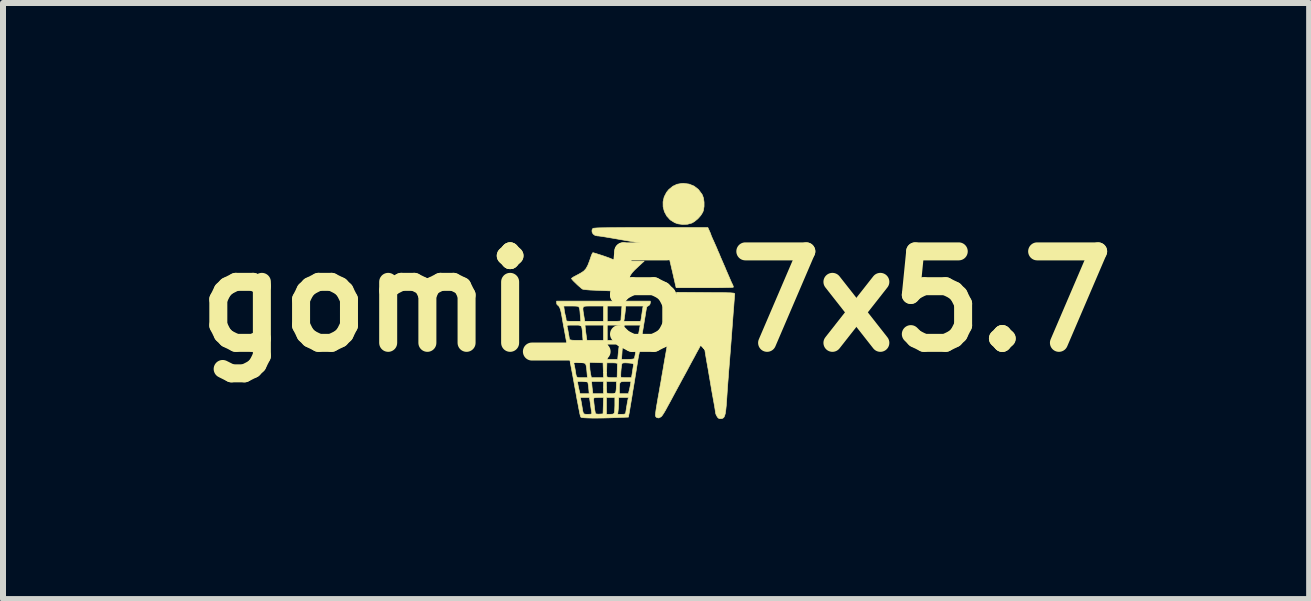
<source format=kicad_pcb>
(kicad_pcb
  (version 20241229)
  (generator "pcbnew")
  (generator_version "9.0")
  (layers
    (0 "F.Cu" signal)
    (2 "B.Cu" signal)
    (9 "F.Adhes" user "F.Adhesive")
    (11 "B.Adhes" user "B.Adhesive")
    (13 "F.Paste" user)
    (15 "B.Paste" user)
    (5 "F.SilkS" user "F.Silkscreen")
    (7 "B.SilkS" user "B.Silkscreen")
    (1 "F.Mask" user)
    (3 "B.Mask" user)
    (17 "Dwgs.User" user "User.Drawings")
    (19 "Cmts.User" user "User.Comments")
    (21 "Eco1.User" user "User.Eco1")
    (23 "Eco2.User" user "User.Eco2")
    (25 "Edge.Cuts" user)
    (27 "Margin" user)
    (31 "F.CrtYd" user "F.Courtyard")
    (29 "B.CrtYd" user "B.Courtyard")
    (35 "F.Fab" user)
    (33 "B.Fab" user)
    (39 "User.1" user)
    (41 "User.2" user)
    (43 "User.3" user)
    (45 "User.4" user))
  (footprint "gomi_5.7x5.7"
    (layer "F.Cu")
    (at 7.881 1.973)
    (property "Reference" "gomi_5.7x5.7" (at 0 0 0) (layer "F.SilkS") (effects (font (size 1.524 1.524) (thickness 0.3))))
    (attr through_hole)
    (fp_poly (pts (xy 0.551 -1.956) (xy 0.634 -1.922) (xy 0.706 -1.866) (xy 0.764 -1.788) (xy 0.773 -1.772) (xy 0.791 -1.72) (xy 0.8 -1.654) (xy 0.8 -1.584) (xy 0.79 -1.52) (xy 0.779 -1.488) (xy 0.745 -1.433) (xy 0.696 -1.378) (xy 0.64 -1.332) (xy 0.598 -1.307) (xy 0.526 -1.287) (xy 0.444 -1.283) (xy 0.363 -1.294) (xy 0.311 -1.313) (xy 0.236 -1.36) (xy 0.179 -1.423) (xy 0.139 -1.497) (xy 0.118 -1.578) (xy 0.117 -1.661) (xy 0.136 -1.743) (xy 0.176 -1.82) (xy 0.213 -1.865) (xy 0.28 -1.92) (xy 0.35 -1.953) (xy 0.43 -1.967) (xy 0.457 -1.968) (xy 0.551 -1.956)) (stroke (width 0.01) (type solid)) (fill yes) (layer "F.SilkS"))
    (fp_poly (pts (xy -1.035 -0.809) (xy -1 -0.799) (xy -0.954 -0.784) (xy -0.903 -0.768) (xy -0.853 -0.751) (xy -0.811 -0.736) (xy -0.783 -0.726) (xy -0.781 -0.725) (xy -0.735 -0.706) (xy -0.69 -0.692) (xy -0.639 -0.683) (xy -0.579 -0.677) (xy -0.504 -0.674) (xy -0.414 -0.673) (xy -0.197 -0.673) (xy -0.302 -0.576) (xy -0.356 -0.525) (xy -0.395 -0.483) (xy -0.424 -0.443) (xy -0.448 -0.398) (xy -0.47 -0.342) (xy -0.477 -0.322) (xy -0.503 -0.251) (xy -0.524 -0.202) (xy -0.54 -0.172) (xy -0.552 -0.161) (xy -0.572 -0.161) (xy -0.606 -0.164) (xy -0.622 -0.167) (xy -0.653 -0.17) (xy -0.703 -0.173) (xy -0.77 -0.177) (xy -0.846 -0.18) (xy -0.929 -0.183) (xy -0.938 -0.183) (xy -1.022 -0.187) (xy -1.096 -0.19) (xy -1.157 -0.195) (xy -1.201 -0.2) (xy -1.223 -0.205) (xy -1.224 -0.205) (xy -1.244 -0.219) (xy -1.274 -0.245) (xy -1.31 -0.277) (xy -1.346 -0.312) (xy -1.379 -0.344) (xy -1.401 -0.37) (xy -1.41 -0.382) (xy -1.399 -0.392) (xy -1.373 -0.41) (xy -1.344 -0.425) (xy -1.291 -0.453) (xy -1.255 -0.473) (xy -1.231 -0.488) (xy -1.212 -0.501) (xy -1.196 -0.514) (xy -1.165 -0.55) (xy -1.136 -0.604) (xy -1.107 -0.679) (xy -1.092 -0.724) (xy -1.077 -0.767) (xy -1.063 -0.799) (xy -1.053 -0.813) (xy -1.052 -0.813) (xy -1.035 -0.809)) (stroke (width 0.01) (type solid)) (fill yes) (layer "F.SilkS"))
    (fp_poly (pts (xy 0.889 -1.175) (xy 0.904 -1.141) (xy 0.913 -1.118) (xy 0.914 -1.113) (xy 0.919 -1.099) (xy 0.932 -1.068) (xy 0.95 -1.027) (xy 0.954 -1.02) (xy 0.976 -0.97) (xy 0.997 -0.923) (xy 1.012 -0.889) (xy 1.027 -0.852) (xy 1.04 -0.822) (xy 1.042 -0.819) (xy 1.053 -0.793) (xy 1.069 -0.754) (xy 1.079 -0.73) (xy 1.097 -0.689) (xy 1.112 -0.654) (xy 1.118 -0.641) (xy 1.129 -0.615) (xy 1.146 -0.577) (xy 1.156 -0.552) (xy 1.173 -0.511) (xy 1.188 -0.477) (xy 1.194 -0.464) (xy 1.205 -0.437) (xy 1.222 -0.399) (xy 1.232 -0.375) (xy 1.251 -0.331) (xy 1.269 -0.293) (xy 1.277 -0.278) (xy 1.287 -0.252) (xy 1.287 -0.237) (xy 1.272 -0.235) (xy 1.236 -0.233) (xy 1.179 -0.232) (xy 1.106 -0.23) (xy 1.019 -0.229) (xy 0.921 -0.229) (xy 0.814 -0.229) (xy 0.807 -0.229) (xy 0.335 -0.229) (xy 0.319 -0.295) (xy 0.308 -0.346) (xy 0.294 -0.405) (xy 0.285 -0.445) (xy 0.275 -0.49) (xy 0.26 -0.552) (xy 0.244 -0.622) (xy 0.228 -0.689) (xy 0.214 -0.752) (xy 0.202 -0.807) (xy 0.194 -0.849) (xy 0.191 -0.873) (xy 0.191 -0.874) (xy 0.186 -0.887) (xy 0.168 -0.897) (xy 0.133 -0.906) (xy 0.098 -0.912) (xy 0.039 -0.922) (xy -0.031 -0.935) (xy -0.097 -0.946) (xy -0.102 -0.947) (xy -0.162 -0.958) (xy -0.223 -0.968) (xy -0.273 -0.976) (xy -0.279 -0.977) (xy -0.321 -0.984) (xy -0.379 -0.994) (xy -0.445 -1.006) (xy -0.495 -1.014) (xy -0.614 -1.035) (xy -0.711 -1.052) (xy -0.788 -1.065) (xy -0.847 -1.075) (xy -0.892 -1.082) (xy -0.925 -1.087) (xy -0.948 -1.09) (xy -0.964 -1.092) (xy -0.976 -1.092) (xy -0.976 -1.092) (xy -1.017 -1.101) (xy -1.049 -1.125) (xy -1.066 -1.157) (xy -1.067 -1.191) (xy -1.052 -1.217) (xy -1.042 -1.22) (xy -1.021 -1.222) (xy -0.985 -1.225) (xy -0.934 -1.227) (xy -0.866 -1.228) (xy -0.78 -1.229) (xy -0.675 -1.23) (xy -0.55 -1.231) (xy -0.403 -1.232) (xy -0.232 -1.232) (xy -0.087 -1.232) (xy 0.863 -1.232) (xy 0.889 -1.175)) (stroke (width 0.01) (type solid)) (fill yes) (layer "F.SilkS"))
    (fp_poly (pts (xy 0.829 -0.149) (xy 0.953 -0.148) (xy 1.053 -0.148) (xy 1.133 -0.147) (xy 1.195 -0.145) (xy 1.241 -0.144) (xy 1.273 -0.141) (xy 1.293 -0.139) (xy 1.305 -0.135) (xy 1.31 -0.13) (xy 1.312 -0.124) (xy 1.311 -0.121) (xy 1.309 -0.101) (xy 1.306 -0.06) (xy 1.301 -0.002) (xy 1.296 0.069) (xy 1.29 0.148) (xy 1.288 0.165) (xy 1.272 0.38) (xy 1.255 0.608) (xy 1.236 0.852) (xy 1.215 1.117) (xy 1.212 1.149) (xy 1.205 1.249) (xy 1.196 1.361) (xy 1.188 1.475) (xy 1.181 1.58) (xy 1.177 1.638) (xy 1.17 1.736) (xy 1.162 1.811) (xy 1.154 1.866) (xy 1.143 1.905) (xy 1.13 1.931) (xy 1.113 1.945) (xy 1.092 1.952) (xy 1.083 1.953) (xy 1.053 1.952) (xy 1.032 1.938) (xy 1.016 1.915) (xy 0.999 1.882) (xy 0.991 1.855) (xy 0.991 1.851) (xy 0.988 1.829) (xy 0.982 1.789) (xy 0.974 1.74) (xy 0.971 1.724) (xy 0.933 1.514) (xy 0.9 1.319) (xy 0.896 1.295) (xy 0.885 1.232) (xy 0.874 1.167) (xy 0.865 1.113) (xy 0.862 1.099) (xy 0.84 0.974) (xy 0.823 0.873) (xy 0.811 0.795) (xy 0.804 0.74) (xy 0.796 0.696) (xy 0.784 0.676) (xy 0.769 0.68) (xy 0.753 0.708) (xy 0.739 0.737) (xy 0.717 0.779) (xy 0.695 0.819) (xy 0.67 0.864) (xy 0.639 0.923) (xy 0.605 0.985) (xy 0.588 1.016) (xy 0.55 1.087) (xy 0.515 1.153) (xy 0.477 1.223) (xy 0.433 1.303) (xy 0.403 1.359) (xy 0.358 1.442) (xy 0.302 1.546) (xy 0.235 1.671) (xy 0.191 1.751) (xy 0.158 1.812) (xy 0.132 1.856) (xy 0.112 1.887) (xy 0.097 1.908) (xy 0.084 1.921) (xy 0.047 1.941) (xy 0.015 1.936) (xy -0.001 1.923) (xy -0.005 1.917) (xy -0.008 1.909) (xy -0.01 1.897) (xy -0.009 1.878) (xy -0.006 1.85) (xy -0.001 1.811) (xy 0.007 1.758) (xy 0.019 1.689) (xy 0.034 1.601) (xy 0.054 1.492) (xy 0.069 1.403) (xy 0.081 1.34) (xy 0.093 1.266) (xy 0.105 1.196) (xy 0.107 1.187) (xy 0.116 1.135) (xy 0.125 1.082) (xy 0.135 1.023) (xy 0.147 0.954) (xy 0.162 0.87) (xy 0.18 0.767) (xy 0.185 0.743) (xy 0.207 0.615) (xy 0.231 0.476) (xy 0.258 0.319) (xy 0.259 0.311) (xy 0.271 0.242) (xy 0.284 0.165) (xy 0.296 0.096) (xy 0.297 0.089) (xy 0.306 0.035) (xy 0.315 -0.014) (xy 0.322 -0.048) (xy 0.323 -0.054) (xy 0.331 -0.093) (xy 0.337 -0.121) (xy 0.343 -0.153) (xy 0.829 -0.149)) (stroke (width 0.01) (type solid)) (fill yes) (layer "F.SilkS"))
    (fp_poly (pts (xy -0.095 0.024) (xy -0.105 0.054) (xy -0.121 0.068) (xy -0.143 0.081) (xy -0.152 0.086) (xy -0.156 0.099) (xy -0.163 0.13) (xy -0.166 0.149) (xy -0.173 0.191) (xy -0.182 0.249) (xy -0.195 0.326) (xy -0.211 0.425) (xy -0.231 0.546) (xy -0.236 0.572) (xy -0.246 0.636) (xy -0.257 0.705) (xy -0.266 0.764) (xy -0.266 0.768) (xy -0.274 0.818) (xy -0.281 0.862) (xy -0.287 0.889) (xy -0.292 0.915) (xy -0.3 0.959) (xy -0.309 1.013) (xy -0.313 1.041) (xy -0.324 1.11) (xy -0.336 1.184) (xy -0.347 1.25) (xy -0.349 1.264) (xy -0.359 1.326) (xy -0.371 1.399) (xy -0.383 1.47) (xy -0.386 1.486) (xy -0.4 1.576) (xy -0.415 1.665) (xy -0.429 1.747) (xy -0.44 1.816) (xy -0.449 1.867) (xy -0.452 1.881) (xy -0.46 1.927) (xy -0.651 1.935) (xy -0.766 1.939) (xy -0.876 1.942) (xy -0.977 1.943) (xy -1.066 1.943) (xy -1.141 1.941) (xy -1.199 1.938) (xy -1.237 1.934) (xy -1.252 1.928) (xy -1.256 1.921) (xy -1.26 1.91) (xy -1.265 1.892) (xy -1.271 1.865) (xy -1.278 1.828) (xy -1.288 1.779) (xy -1.3 1.714) (xy -1.316 1.633) (xy -1.322 1.6) (xy -1.26 1.6) (xy -1.254 1.635) (xy -1.248 1.665) (xy -1.24 1.711) (xy -1.232 1.759) (xy -1.223 1.815) (xy -1.215 1.85) (xy -1.204 1.869) (xy -1.187 1.878) (xy -1.16 1.88) (xy -1.137 1.88) (xy -1.097 1.879) (xy -1.077 1.875) (xy -1.07 1.865) (xy -1.072 1.851) (xy -1.076 1.826) (xy -1.083 1.783) (xy -1.09 1.731) (xy -1.093 1.711) (xy -1.107 1.616) (xy -1.041 1.616) (xy -1.039 1.648) (xy -1.035 1.692) (xy -1.029 1.743) (xy -1.023 1.792) (xy -1.016 1.834) (xy -1.011 1.861) (xy -1.009 1.867) (xy -0.993 1.875) (xy -0.96 1.878) (xy -0.942 1.877) (xy -0.883 1.873) (xy -0.879 1.737) (xy -0.875 1.6) (xy -0.826 1.6) (xy -0.826 1.88) (xy -0.763 1.88) (xy -0.639 1.88) (xy -0.574 1.88) (xy -0.536 1.879) (xy -0.516 1.873) (xy -0.507 1.859) (xy -0.503 1.838) (xy -0.493 1.774) (xy -0.485 1.727) (xy -0.479 1.69) (xy -0.472 1.654) (xy -0.461 1.6) (xy -0.622 1.6) (xy -0.622 1.662) (xy -0.624 1.71) (xy -0.627 1.768) (xy -0.63 1.802) (xy -0.639 1.88) (xy -0.763 1.88) (xy -0.725 1.878) (xy -0.705 1.871) (xy -0.695 1.856) (xy -0.694 1.851) (xy -0.69 1.826) (xy -0.688 1.782) (xy -0.686 1.73) (xy -0.686 1.711) (xy -0.686 1.6) (xy -0.826 1.6) (xy -0.875 1.6) (xy -0.958 1.6) (xy -1.008 1.602) (xy -1.035 1.608) (xy -1.041 1.616) (xy -1.107 1.616) (xy -1.109 1.6) (xy -1.26 1.6) (xy -1.322 1.6) (xy -1.334 1.532) (xy -1.356 1.411) (xy -1.37 1.333) (xy -1.309 1.333) (xy -1.302 1.381) (xy -1.293 1.426) (xy -1.282 1.475) (xy -1.28 1.483) (xy -1.267 1.537) (xy -1.114 1.537) (xy -1.122 1.446) (xy -1.127 1.4) (xy -1.133 1.364) (xy -1.137 1.345) (xy -1.138 1.345) (xy -1.153 1.339) (xy -1.186 1.335) (xy -1.227 1.333) (xy -1.074 1.333) (xy -1.07 1.381) (xy -1.066 1.427) (xy -1.06 1.476) (xy -1.059 1.483) (xy -1.053 1.537) (xy -0.876 1.537) (xy -0.876 1.333) (xy -0.826 1.333) (xy -0.826 1.427) (xy -0.824 1.473) (xy -0.822 1.509) (xy -0.818 1.528) (xy -0.817 1.528) (xy -0.8 1.533) (xy -0.767 1.536) (xy -0.742 1.537) (xy -0.704 1.536) (xy -0.683 1.53) (xy -0.673 1.517) (xy -0.668 1.497) (xy -0.663 1.459) (xy -0.663 1.455) (xy -0.61 1.455) (xy -0.61 1.537) (xy -0.461 1.537) (xy -0.447 1.483) (xy -0.436 1.435) (xy -0.427 1.388) (xy -0.426 1.381) (xy -0.418 1.333) (xy -0.506 1.333) (xy -0.554 1.334) (xy -0.584 1.34) (xy -0.601 1.356) (xy -0.608 1.386) (xy -0.61 1.435) (xy -0.61 1.455) (xy -0.663 1.455) (xy -0.661 1.412) (xy -0.66 1.395) (xy -0.66 1.333) (xy -0.826 1.333) (xy -0.876 1.333) (xy -1.074 1.333) (xy -1.227 1.333) (xy -1.309 1.333) (xy -1.37 1.333) (xy -1.378 1.289) (xy -1.39 1.224) (xy -1.403 1.155) (xy -1.414 1.095) (xy -1.416 1.086) (xy -1.426 1.032) (xy -1.369 1.032) (xy -1.366 1.044) (xy -1.359 1.072) (xy -1.351 1.115) (xy -1.344 1.156) (xy -1.336 1.21) (xy -1.328 1.243) (xy -1.315 1.261) (xy -1.294 1.269) (xy -1.258 1.27) (xy -1.232 1.27) (xy -1.143 1.27) (xy -1.151 1.178) (xy -1.157 1.113) (xy -1.163 1.078) (xy -1.105 1.078) (xy -1.102 1.132) (xy -1.094 1.189) (xy -1.091 1.206) (xy -1.077 1.27) (xy -0.875 1.27) (xy -0.878 1.182) (xy -0.823 1.182) (xy -0.822 1.224) (xy -0.82 1.25) (xy -0.819 1.254) (xy -0.802 1.264) (xy -0.761 1.269) (xy -0.731 1.27) (xy -0.648 1.27) (xy -0.647 1.218) (xy -0.588 1.218) (xy -0.588 1.251) (xy -0.585 1.265) (xy -0.571 1.267) (xy -0.538 1.269) (xy -0.494 1.27) (xy -0.409 1.27) (xy -0.394 1.178) (xy -0.387 1.129) (xy -0.38 1.086) (xy -0.376 1.06) (xy -0.376 1.059) (xy -0.376 1.045) (xy -0.385 1.036) (xy -0.408 1.03) (xy -0.45 1.026) (xy -0.462 1.025) (xy -0.514 1.022) (xy -0.55 1.025) (xy -0.565 1.03) (xy -0.571 1.046) (xy -0.576 1.081) (xy -0.582 1.126) (xy -0.586 1.174) (xy -0.588 1.218) (xy -0.647 1.218) (xy -0.646 1.162) (xy -0.645 1.111) (xy -0.644 1.068) (xy -0.643 1.042) (xy -0.643 1.038) (xy -0.651 1.029) (xy -0.679 1.024) (xy -0.73 1.022) (xy -0.819 1.022) (xy -0.822 1.13) (xy -0.823 1.182) (xy -0.878 1.182) (xy -0.879 1.146) (xy -0.883 1.022) (xy -0.994 1.019) (xy -1.105 1.015) (xy -1.105 1.078) (xy -1.163 1.078) (xy -1.164 1.069) (xy -1.174 1.042) (xy -1.191 1.028) (xy -1.219 1.022) (xy -1.26 1.019) (xy -1.276 1.019) (xy -1.325 1.017) (xy -1.354 1.018) (xy -1.367 1.022) (xy -1.369 1.032) (xy -1.426 1.032) (xy -1.426 1.028) (xy -1.439 0.96) (xy -1.451 0.894) (xy -1.452 0.889) (xy -1.464 0.82) (xy -1.479 0.743) (xy -1.485 0.711) (xy -1.424 0.711) (xy -1.416 0.759) (xy -1.409 0.799) (xy -1.399 0.849) (xy -1.389 0.898) (xy -1.38 0.937) (xy -1.377 0.949) (xy -1.363 0.959) (xy -1.328 0.964) (xy -1.275 0.965) (xy -1.178 0.965) (xy -1.187 0.879) (xy -1.192 0.828) (xy -1.198 0.781) (xy -1.202 0.752) (xy -1.209 0.711) (xy -1.143 0.711) (xy -1.143 0.757) (xy -1.141 0.795) (xy -1.134 0.845) (xy -1.128 0.885) (xy -1.113 0.966) (xy -0.883 0.959) (xy -0.879 0.835) (xy -0.875 0.711) (xy -0.813 0.711) (xy -0.813 0.965) (xy -0.639 0.965) (xy -0.575 0.965) (xy -0.471 0.965) (xy -0.412 0.963) (xy -0.376 0.958) (xy -0.362 0.949) (xy -0.356 0.927) (xy -0.348 0.89) (xy -0.34 0.844) (xy -0.333 0.797) (xy -0.327 0.755) (xy -0.323 0.725) (xy -0.323 0.714) (xy -0.337 0.711) (xy -0.371 0.709) (xy -0.417 0.707) (xy -0.437 0.707) (xy -0.494 0.707) (xy -0.529 0.71) (xy -0.548 0.717) (xy -0.553 0.722) (xy -0.556 0.742) (xy -0.561 0.781) (xy -0.566 0.831) (xy -0.567 0.853) (xy -0.575 0.965) (xy -0.639 0.965) (xy -0.63 0.867) (xy -0.625 0.815) (xy -0.619 0.771) (xy -0.614 0.742) (xy -0.614 0.74) (xy -0.612 0.726) (xy -0.616 0.717) (xy -0.633 0.713) (xy -0.667 0.711) (xy -0.71 0.711) (xy -0.813 0.711) (xy -0.875 0.711) (xy -1.143 0.711) (xy -1.209 0.711) (xy -1.424 0.711) (xy -1.485 0.711) (xy -1.492 0.674) (xy -1.492 0.673) (xy -1.516 0.54) (xy -1.536 0.431) (xy -1.541 0.406) (xy -1.483 0.406) (xy -1.482 0.418) (xy -1.48 0.422) (xy -1.474 0.45) (xy -1.466 0.492) (xy -1.459 0.533) (xy -1.451 0.578) (xy -1.445 0.614) (xy -1.441 0.632) (xy -1.428 0.64) (xy -1.395 0.646) (xy -1.338 0.648) (xy -1.326 0.648) (xy -1.217 0.648) (xy -1.225 0.543) (xy -1.23 0.48) (xy -1.236 0.437) (xy -1.246 0.412) (xy -1.265 0.399) (xy -1.296 0.394) (xy -1.333 0.394) (xy -1.184 0.394) (xy -1.177 0.46) (xy -1.171 0.514) (xy -1.163 0.57) (xy -1.161 0.587) (xy -1.152 0.648) (xy -0.876 0.648) (xy -0.876 0.394) (xy -0.813 0.394) (xy -0.813 0.648) (xy -0.61 0.648) (xy -0.546 0.648) (xy -0.31 0.648) (xy -0.294 0.556) (xy -0.284 0.505) (xy -0.276 0.459) (xy -0.27 0.429) (xy -0.27 0.429) (xy -0.264 0.394) (xy -0.53 0.394) (xy -0.538 0.479) (xy -0.542 0.531) (xy -0.545 0.578) (xy -0.546 0.606) (xy -0.546 0.648) (xy -0.61 0.648) (xy -0.61 0.606) (xy -0.608 0.572) (xy -0.605 0.523) (xy -0.601 0.479) (xy -0.593 0.394) (xy -0.813 0.394) (xy -0.876 0.394) (xy -1.184 0.394) (xy -1.333 0.394) (xy -1.343 0.394) (xy -1.368 0.394) (xy -1.424 0.394) (xy -1.459 0.395) (xy -1.477 0.399) (xy -1.483 0.406) (xy -1.541 0.406) (xy -1.552 0.345) (xy -1.562 0.286) (xy -1.577 0.199) (xy -1.592 0.137) (xy -1.608 0.095) (xy -1.622 0.076) (xy -1.538 0.076) (xy -1.529 0.143) (xy -1.522 0.187) (xy -1.514 0.225) (xy -1.509 0.239) (xy -1.501 0.276) (xy -1.499 0.299) (xy -1.498 0.314) (xy -1.492 0.323) (xy -1.476 0.328) (xy -1.446 0.33) (xy -1.397 0.33) (xy -1.376 0.33) (xy -1.254 0.33) (xy -1.263 0.225) (xy -1.268 0.162) (xy -1.273 0.123) (xy -1.219 0.123) (xy -1.215 0.164) (xy -1.205 0.224) (xy -1.204 0.232) (xy -1.188 0.33) (xy -0.876 0.33) (xy -0.876 0.076) (xy -0.813 0.076) (xy -0.813 0.33) (xy -0.699 0.33) (xy -0.537 0.33) (xy -0.256 0.33) (xy -0.249 0.295) (xy -0.243 0.26) (xy -0.237 0.216) (xy -0.235 0.203) (xy -0.229 0.159) (xy -0.222 0.12) (xy -0.221 0.111) (xy -0.214 0.076) (xy -0.504 0.076) (xy -0.512 0.152) (xy -0.518 0.204) (xy -0.525 0.254) (xy -0.528 0.279) (xy -0.537 0.33) (xy -0.699 0.33) (xy -0.644 0.33) (xy -0.611 0.328) (xy -0.593 0.324) (xy -0.586 0.315) (xy -0.584 0.302) (xy -0.584 0.3) (xy -0.583 0.273) (xy -0.58 0.23) (xy -0.576 0.179) (xy -0.576 0.173) (xy -0.568 0.076) (xy -0.813 0.076) (xy -0.876 0.076) (xy -1.048 0.076) (xy -1.119 0.076) (xy -1.169 0.077) (xy -1.2 0.083) (xy -1.215 0.098) (xy -1.219 0.123) (xy -1.273 0.123) (xy -1.274 0.12) (xy -1.284 0.094) (xy -1.303 0.081) (xy -1.336 0.077) (xy -1.386 0.076) (xy -1.411 0.076) (xy -1.538 0.076) (xy -1.622 0.076) (xy -1.625 0.072) (xy -1.631 0.069) (xy -1.653 0.046) (xy -1.657 0.025) (xy -1.657 -0.006) (xy -0.095 -0.006) (xy -0.095 0.024)) (stroke (width 0.01) (type solid)) (fill yes) (layer "F.SilkS")))
  (gr_rect
    (start -3 -3)
    (end 18.763 6.932)
    (stroke (width 0.1) (type default))
    (fill no)
    (layer "Edge.Cuts")))
</source>
